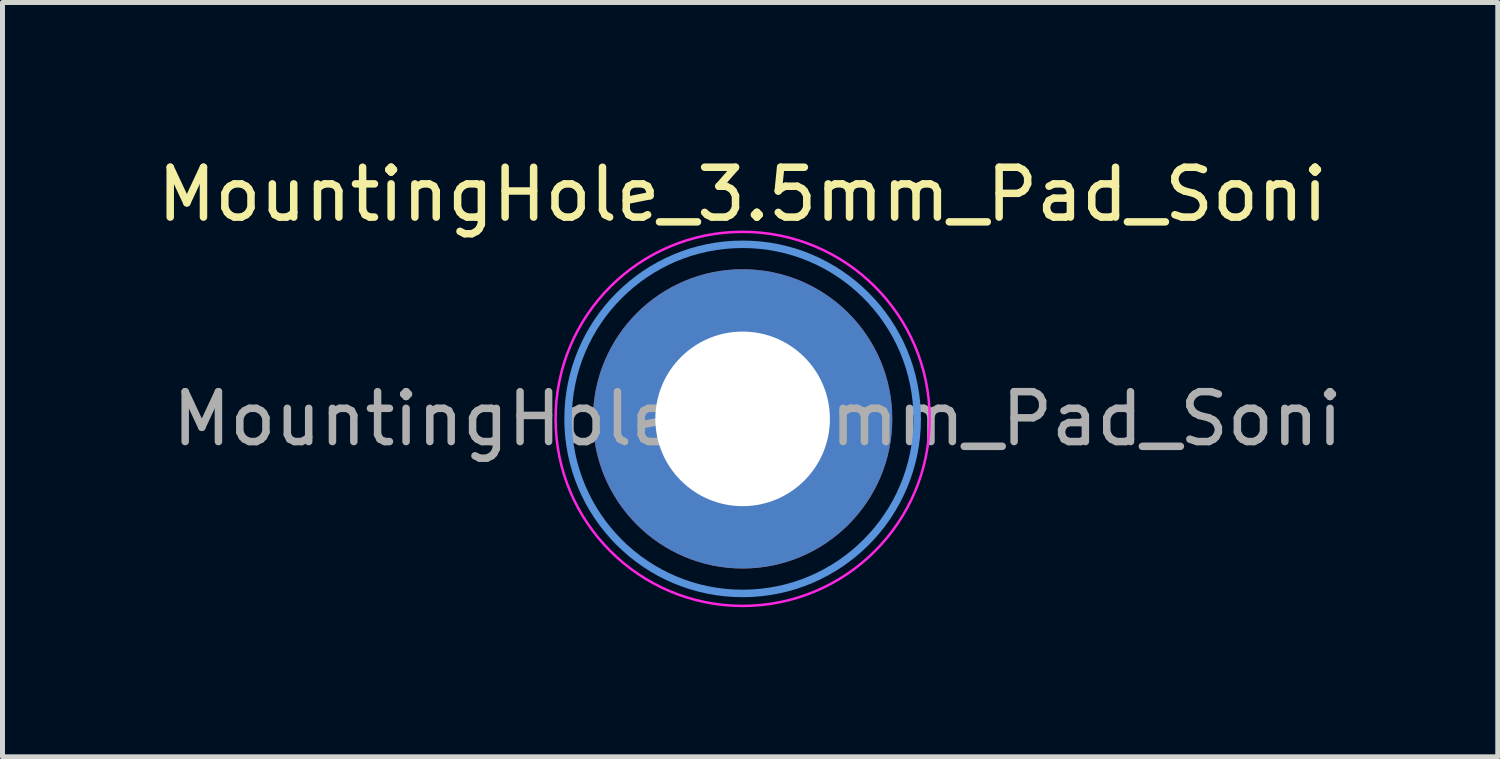
<source format=kicad_pcb>
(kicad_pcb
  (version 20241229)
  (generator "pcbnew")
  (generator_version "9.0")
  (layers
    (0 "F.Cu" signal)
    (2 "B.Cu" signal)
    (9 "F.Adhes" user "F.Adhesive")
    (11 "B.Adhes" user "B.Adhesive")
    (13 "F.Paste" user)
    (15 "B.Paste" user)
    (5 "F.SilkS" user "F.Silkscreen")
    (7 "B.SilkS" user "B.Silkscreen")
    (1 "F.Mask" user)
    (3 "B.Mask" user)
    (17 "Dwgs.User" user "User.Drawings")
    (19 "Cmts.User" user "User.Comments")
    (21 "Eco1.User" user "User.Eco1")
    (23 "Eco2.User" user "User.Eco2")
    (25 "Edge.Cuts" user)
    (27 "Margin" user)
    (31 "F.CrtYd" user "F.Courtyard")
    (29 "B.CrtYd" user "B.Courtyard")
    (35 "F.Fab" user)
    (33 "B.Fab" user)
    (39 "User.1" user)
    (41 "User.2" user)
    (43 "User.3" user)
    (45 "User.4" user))
  (footprint "MountingHole_3.5mm_Pad_Soni"
    (layer "F.Cu")
    (at 11.839 5.348)
    (property "Reference" "MountingHole_3.5mm_Pad_Soni" (at 0 -4.5 0) (layer "F.SilkS") (effects (font (size 1 1) (thickness 0.15))))
    (attr exclude_from_pos_files exclude_from_bom)
    (fp_circle (center 0 0) (end 3.5 0) (stroke (width 0.15) (type solid)) (fill no) (layer "Cmts.User"))
    (fp_circle (center 0 0) (end 3.75 0) (stroke (width 0.05) (type solid)) (fill no) (layer "F.CrtYd"))
    (fp_text user "${REFERENCE}" (at 0.3 0 0) (layer "F.Fab") (effects (font (size 1 1) (thickness 0.15))))
    (pad "1" thru_hole circle (at 0 0) (size 6 6) (drill 3.5) (layers "*.Cu" "*.Mask")))
  (gr_rect
    (start -3 -3)
    (end 26.979 12.123)
    (stroke (width 0.1) (type default))
    (fill no)
    (layer "Edge.Cuts")))
</source>
